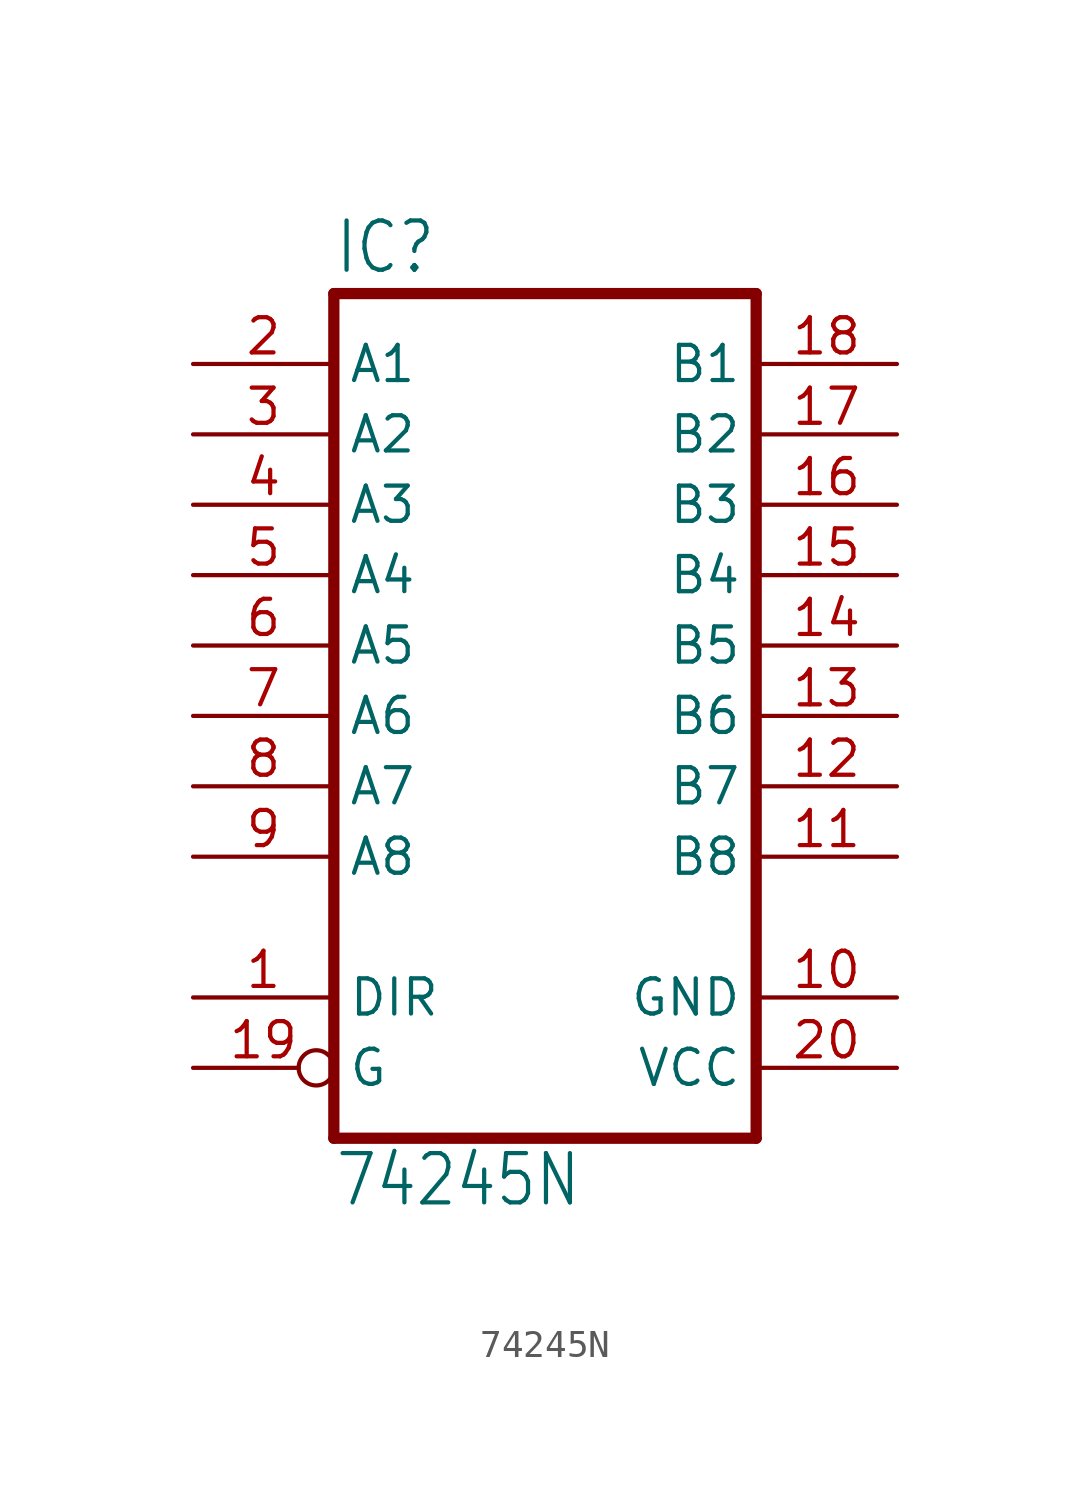
<source format=kicad_sym>
(kicad_symbol_lib
  (version 20211014)
  (generator kicad_symbol_editor)
  (symbol "74245N"
    (property "Reference" "IC"
      (at -7.62 15.875 0)
      (effects (font (size 1.778 1.511)) (justify left bottom)))
    (property "Value" "74245N"
      (at -7.62 -17.78 0)
      (effects (font (size 1.778 1.511)) (justify left bottom)))
    (property "ki_locked" ""
      (at 0 0 0)
      (effects (font (size 1.27 1.27))))
    (symbol "74245N_1_0"
      (polyline (pts (xy -7.62 -15.24) (xy 7.62 -15.24)) (stroke (width 0.406) (type default) (color 0 0 0 0)) (fill (type none)))
      (polyline (pts (xy -7.62 15.24) (xy -7.62 -15.24)) (stroke (width 0.406) (type default) (color 0 0 0 0)) (fill (type none)))
      (polyline (pts (xy 7.62 -15.24) (xy 7.62 15.24)) (stroke (width 0.406) (type default) (color 0 0 0 0)) (fill (type none)))
      (polyline (pts (xy 7.62 15.24) (xy -7.62 15.24)) (stroke (width 0.406) (type default) (color 0 0 0 0)) (fill (type none)))
      (pin input line (at -12.7 -10.16 0) (length 5.08) (name "DIR" (effects (font (size 1.27 1.27)))) (number "1" (effects (font (size 1.27 1.27)))))
      (pin bidirectional line (at 12.7 -10.16 180) (length 5.08) (name "GND" (effects (font (size 1.27 1.27)))) (number "10" (effects (font (size 1.27 1.27)))))
      (pin bidirectional line (at 12.7 -5.08 180) (length 5.08) (name "B8" (effects (font (size 1.27 1.27)))) (number "11" (effects (font (size 1.27 1.27)))))
      (pin bidirectional line (at 12.7 -2.54 180) (length 5.08) (name "B7" (effects (font (size 1.27 1.27)))) (number "12" (effects (font (size 1.27 1.27)))))
      (pin bidirectional line (at 12.7 0 180) (length 5.08) (name "B6" (effects (font (size 1.27 1.27)))) (number "13" (effects (font (size 1.27 1.27)))))
      (pin bidirectional line (at 12.7 2.54 180) (length 5.08) (name "B5" (effects (font (size 1.27 1.27)))) (number "14" (effects (font (size 1.27 1.27)))))
      (pin bidirectional line (at 12.7 5.08 180) (length 5.08) (name "B4" (effects (font (size 1.27 1.27)))) (number "15" (effects (font (size 1.27 1.27)))))
      (pin bidirectional line (at 12.7 7.62 180) (length 5.08) (name "B3" (effects (font (size 1.27 1.27)))) (number "16" (effects (font (size 1.27 1.27)))))
      (pin bidirectional line (at 12.7 10.16 180) (length 5.08) (name "B2" (effects (font (size 1.27 1.27)))) (number "17" (effects (font (size 1.27 1.27)))))
      (pin bidirectional line (at 12.7 12.7 180) (length 5.08) (name "B1" (effects (font (size 1.27 1.27)))) (number "18" (effects (font (size 1.27 1.27)))))
      (pin input inverted (at -12.7 -12.7 0) (length 5.08) (name "G" (effects (font (size 1.27 1.27)))) (number "19" (effects (font (size 1.27 1.27)))))
      (pin bidirectional line (at -12.7 12.7 0) (length 5.08) (name "A1" (effects (font (size 1.27 1.27)))) (number "2" (effects (font (size 1.27 1.27)))))
      (pin bidirectional line (at 12.7 -12.7 180) (length 5.08) (name "VCC" (effects (font (size 1.27 1.27)))) (number "20" (effects (font (size 1.27 1.27)))))
      (pin bidirectional line (at -12.7 10.16 0) (length 5.08) (name "A2" (effects (font (size 1.27 1.27)))) (number "3" (effects (font (size 1.27 1.27)))))
      (pin bidirectional line (at -12.7 7.62 0) (length 5.08) (name "A3" (effects (font (size 1.27 1.27)))) (number "4" (effects (font (size 1.27 1.27)))))
      (pin bidirectional line (at -12.7 5.08 0) (length 5.08) (name "A4" (effects (font (size 1.27 1.27)))) (number "5" (effects (font (size 1.27 1.27)))))
      (pin bidirectional line (at -12.7 2.54 0) (length 5.08) (name "A5" (effects (font (size 1.27 1.27)))) (number "6" (effects (font (size 1.27 1.27)))))
      (pin bidirectional line (at -12.7 0 0) (length 5.08) (name "A6" (effects (font (size 1.27 1.27)))) (number "7" (effects (font (size 1.27 1.27)))))
      (pin bidirectional line (at -12.7 -2.54 0) (length 5.08) (name "A7" (effects (font (size 1.27 1.27)))) (number "8" (effects (font (size 1.27 1.27)))))
      (pin bidirectional line (at -12.7 -5.08 0) (length 5.08) (name "A8" (effects (font (size 1.27 1.27)))) (number "9" (effects (font (size 1.27 1.27))))))))
</source>
